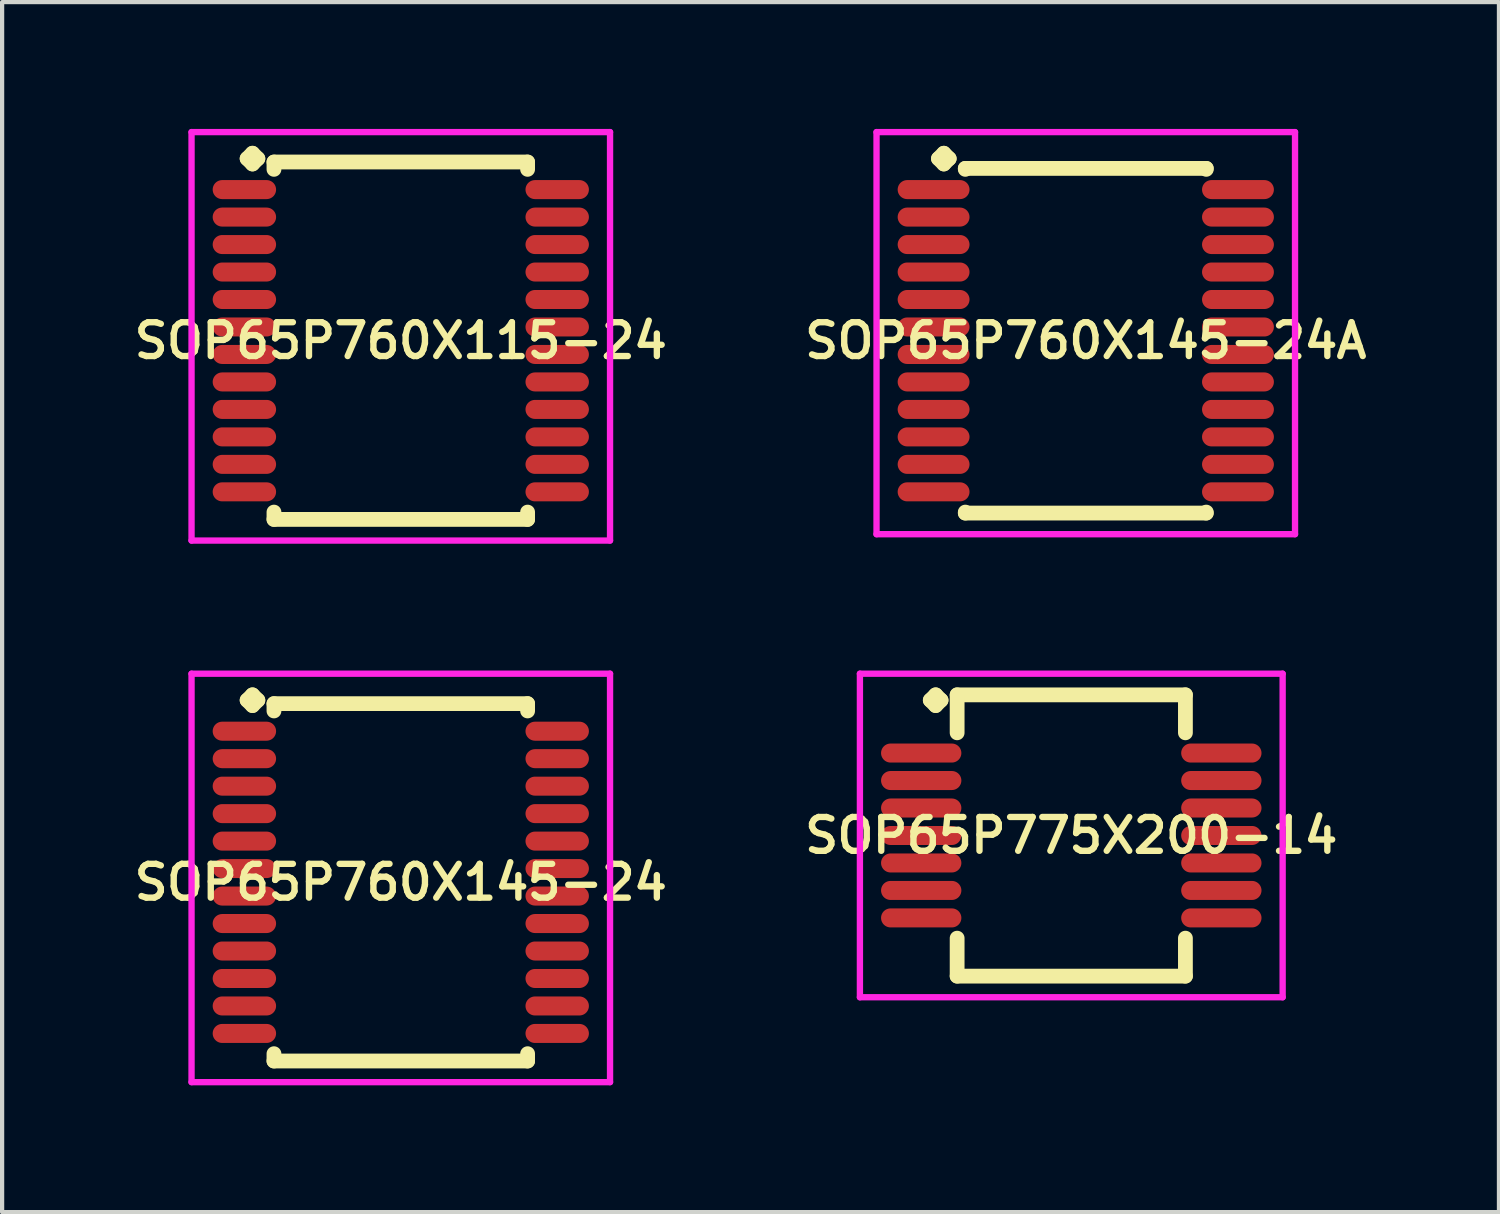
<source format=kicad_pcb>
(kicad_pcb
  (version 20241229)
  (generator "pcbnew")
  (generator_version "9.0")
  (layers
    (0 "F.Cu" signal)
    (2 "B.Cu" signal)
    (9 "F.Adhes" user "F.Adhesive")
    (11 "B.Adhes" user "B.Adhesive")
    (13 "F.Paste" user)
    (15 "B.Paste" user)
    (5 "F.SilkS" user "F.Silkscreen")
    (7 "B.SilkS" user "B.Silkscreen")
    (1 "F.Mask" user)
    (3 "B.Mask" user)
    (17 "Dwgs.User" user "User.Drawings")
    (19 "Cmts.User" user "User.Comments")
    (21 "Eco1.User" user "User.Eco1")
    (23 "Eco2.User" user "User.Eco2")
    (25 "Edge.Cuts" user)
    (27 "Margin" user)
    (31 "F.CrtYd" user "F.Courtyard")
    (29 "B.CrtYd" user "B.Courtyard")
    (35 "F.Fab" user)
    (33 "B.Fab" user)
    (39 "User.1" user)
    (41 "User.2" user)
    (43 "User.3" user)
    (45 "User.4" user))
  (footprint "SOP65P775X200-14"
    (layer "F.Cu")
    (at 22.292 16.714)
    (property "Reference" "SOP65P775X200-14" (at 0 0 0) (layer "F.SilkS") (effects (font (size 0.8 0.8) (thickness 0.15))))
    (attr smd)
    (fp_line (start -3.335 -3.2) (end -3.208 -3.327) (stroke (width 0.35) (type solid)) (layer "F.SilkS"))
    (fp_line (start -3.208 -3.327) (end -3.081 -3.2) (stroke (width 0.35) (type solid)) (layer "F.SilkS"))
    (fp_line (start -3.208 -3.073) (end -3.335 -3.2) (stroke (width 0.35) (type solid)) (layer "F.SilkS"))
    (fp_line (start -3.081 -3.2) (end -3.208 -3.073) (stroke (width 0.35) (type solid)) (layer "F.SilkS"))
    (fp_line (start -2.7 -3.327) (end 2.7 -3.327) (stroke (width 0.35) (type solid)) (layer "F.SilkS"))
    (fp_line (start -2.7 -2.429) (end -2.7 -3.327) (stroke (width 0.35) (type solid)) (layer "F.SilkS"))
    (fp_line (start -2.7 2.429) (end -2.7 3.327) (stroke (width 0.35) (type solid)) (layer "F.SilkS"))
    (fp_line (start -2.7 3.327) (end 2.7 3.327) (stroke (width 0.35) (type solid)) (layer "F.SilkS"))
    (fp_line (start 2.7 -3.327) (end 2.7 -2.429) (stroke (width 0.35) (type solid)) (layer "F.SilkS"))
    (fp_line (start 2.7 3.327) (end 2.7 2.429) (stroke (width 0.35) (type solid)) (layer "F.SilkS"))
    (fp_line (start -5 -3.827) (end 5 -3.827) (stroke (width 0.15) (type solid)) (layer "F.CrtYd"))
    (fp_line (start -5 3.827) (end -5 -3.827) (stroke (width 0.15) (type solid)) (layer "F.CrtYd"))
    (fp_line (start 5 -3.827) (end 5 3.827) (stroke (width 0.15) (type solid)) (layer "F.CrtYd"))
    (fp_line (start 5 3.827) (end -5 3.827) (stroke (width 0.15) (type solid)) (layer "F.CrtYd"))
    (pad "1" smd oval (at -3.55 -1.95) (size 1.9 0.45) (layers "F.Cu" "F.Mask" "F.Paste"))
    (pad "2" smd oval (at -3.55 -1.3) (size 1.9 0.45) (layers "F.Cu" "F.Mask" "F.Paste"))
    (pad "3" smd oval (at -3.55 -0.65) (size 1.9 0.45) (layers "F.Cu" "F.Mask" "F.Paste"))
    (pad "4" smd oval (at -3.55 0) (size 1.9 0.45) (layers "F.Cu" "F.Mask" "F.Paste"))
    (pad "5" smd oval (at -3.55 0.65) (size 1.9 0.45) (layers "F.Cu" "F.Mask" "F.Paste"))
    (pad "6" smd oval (at -3.55 1.3) (size 1.9 0.45) (layers "F.Cu" "F.Mask" "F.Paste"))
    (pad "7" smd oval (at -3.55 1.95) (size 1.9 0.45) (layers "F.Cu" "F.Mask" "F.Paste"))
    (pad "8" smd oval (at 3.55 1.95) (size 1.9 0.45) (layers "F.Cu" "F.Mask" "F.Paste"))
    (pad "9" smd oval (at 3.55 1.3) (size 1.9 0.45) (layers "F.Cu" "F.Mask" "F.Paste"))
    (pad "10" smd oval (at 3.55 0.65) (size 1.9 0.45) (layers "F.Cu" "F.Mask" "F.Paste"))
    (pad "11" smd oval (at 3.55 0) (size 1.9 0.45) (layers "F.Cu" "F.Mask" "F.Paste"))
    (pad "12" smd oval (at 3.55 -0.65) (size 1.9 0.45) (layers "F.Cu" "F.Mask" "F.Paste"))
    (pad "13" smd oval (at 3.55 -1.3) (size 1.9 0.45) (layers "F.Cu" "F.Mask" "F.Paste"))
    (pad "14" smd oval (at 3.55 -1.95) (size 1.9 0.45) (layers "F.Cu" "F.Mask" "F.Paste")))
  (footprint "SOP65P760X145-24"
    (layer "F.Cu")
    (at 6.431 17.822)
    (property "Reference" "SOP65P760X145-24" (at 0 0 0) (layer "F.SilkS") (effects (font (size 0.8 0.8) (thickness 0.15))))
    (attr smd)
    (fp_line (start -3.635 -4.308) (end -3.508 -4.435) (stroke (width 0.35) (type solid)) (layer "F.SilkS"))
    (fp_line (start -3.508 -4.435) (end -3.381 -4.308) (stroke (width 0.35) (type solid)) (layer "F.SilkS"))
    (fp_line (start -3.508 -4.181) (end -3.635 -4.308) (stroke (width 0.35) (type solid)) (layer "F.SilkS"))
    (fp_line (start -3.381 -4.308) (end -3.508 -4.181) (stroke (width 0.35) (type solid)) (layer "F.SilkS"))
    (fp_line (start -3 -4.227) (end 3 -4.227) (stroke (width 0.35) (type solid)) (layer "F.SilkS"))
    (fp_line (start -3 -4.054) (end -3 -4.227) (stroke (width 0.35) (type solid)) (layer "F.SilkS"))
    (fp_line (start -3 4.054) (end -3 4.227) (stroke (width 0.35) (type solid)) (layer "F.SilkS"))
    (fp_line (start -3 4.227) (end 3 4.227) (stroke (width 0.35) (type solid)) (layer "F.SilkS"))
    (fp_line (start 3 -4.227) (end 3 -4.054) (stroke (width 0.35) (type solid)) (layer "F.SilkS"))
    (fp_line (start 3 4.227) (end 3 4.054) (stroke (width 0.35) (type solid)) (layer "F.SilkS"))
    (fp_line (start -4.95 -4.935) (end 4.95 -4.935) (stroke (width 0.15) (type solid)) (layer "F.CrtYd"))
    (fp_line (start -4.95 4.727) (end -4.95 -4.935) (stroke (width 0.15) (type solid)) (layer "F.CrtYd"))
    (fp_line (start 4.95 -4.935) (end 4.95 4.727) (stroke (width 0.15) (type solid)) (layer "F.CrtYd"))
    (fp_line (start 4.95 4.727) (end -4.95 4.727) (stroke (width 0.15) (type solid)) (layer "F.CrtYd"))
    (pad "1" smd oval (at -3.7 -3.575) (size 1.5 0.45) (layers "F.Cu" "F.Mask" "F.Paste"))
    (pad "2" smd oval (at -3.7 -2.925) (size 1.5 0.45) (layers "F.Cu" "F.Mask" "F.Paste"))
    (pad "3" smd oval (at -3.7 -2.275) (size 1.5 0.45) (layers "F.Cu" "F.Mask" "F.Paste"))
    (pad "4" smd oval (at -3.7 -1.625) (size 1.5 0.45) (layers "F.Cu" "F.Mask" "F.Paste"))
    (pad "5" smd oval (at -3.7 -0.975) (size 1.5 0.45) (layers "F.Cu" "F.Mask" "F.Paste"))
    (pad "6" smd oval (at -3.7 -0.325) (size 1.5 0.45) (layers "F.Cu" "F.Mask" "F.Paste"))
    (pad "7" smd oval (at -3.7 0.325) (size 1.5 0.45) (layers "F.Cu" "F.Mask" "F.Paste"))
    (pad "8" smd oval (at -3.7 0.975) (size 1.5 0.45) (layers "F.Cu" "F.Mask" "F.Paste"))
    (pad "9" smd oval (at -3.7 1.625) (size 1.5 0.45) (layers "F.Cu" "F.Mask" "F.Paste"))
    (pad "10" smd oval (at -3.7 2.275) (size 1.5 0.45) (layers "F.Cu" "F.Mask" "F.Paste"))
    (pad "11" smd oval (at -3.7 2.925) (size 1.5 0.45) (layers "F.Cu" "F.Mask" "F.Paste"))
    (pad "12" smd oval (at -3.7 3.575) (size 1.5 0.45) (layers "F.Cu" "F.Mask" "F.Paste"))
    (pad "13" smd oval (at 3.7 3.575) (size 1.5 0.45) (layers "F.Cu" "F.Mask" "F.Paste"))
    (pad "14" smd oval (at 3.7 2.925) (size 1.5 0.45) (layers "F.Cu" "F.Mask" "F.Paste"))
    (pad "15" smd oval (at 3.7 2.275) (size 1.5 0.45) (layers "F.Cu" "F.Mask" "F.Paste"))
    (pad "16" smd oval (at 3.7 1.625) (size 1.5 0.45) (layers "F.Cu" "F.Mask" "F.Paste"))
    (pad "17" smd oval (at 3.7 0.975) (size 1.5 0.45) (layers "F.Cu" "F.Mask" "F.Paste"))
    (pad "18" smd oval (at 3.7 0.325) (size 1.5 0.45) (layers "F.Cu" "F.Mask" "F.Paste"))
    (pad "19" smd oval (at 3.7 -0.325) (size 1.5 0.45) (layers "F.Cu" "F.Mask" "F.Paste"))
    (pad "20" smd oval (at 3.7 -0.975) (size 1.5 0.45) (layers "F.Cu" "F.Mask" "F.Paste"))
    (pad "21" smd oval (at 3.7 -1.625) (size 1.5 0.45) (layers "F.Cu" "F.Mask" "F.Paste"))
    (pad "22" smd oval (at 3.7 -2.275) (size 1.5 0.45) (layers "F.Cu" "F.Mask" "F.Paste"))
    (pad "23" smd oval (at 3.7 -2.925) (size 1.5 0.45) (layers "F.Cu" "F.Mask" "F.Paste"))
    (pad "24" smd oval (at 3.7 -3.575) (size 1.5 0.45) (layers "F.Cu" "F.Mask" "F.Paste")))
  (footprint "SOP65P760X145-24A"
    (layer "F.Cu")
    (at 22.635 5.01)
    (property "Reference" "SOP65P760X145-24A" (at 0 0 0) (layer "F.SilkS") (effects (font (size 0.8 0.8) (thickness 0.15))))
    (attr smd)
    (fp_line (start -3.485 -4.308) (end -3.358 -4.435) (stroke (width 0.35) (type solid)) (layer "F.SilkS"))
    (fp_line (start -3.358 -4.435) (end -3.231 -4.308) (stroke (width 0.35) (type solid)) (layer "F.SilkS"))
    (fp_line (start -3.358 -4.181) (end -3.485 -4.308) (stroke (width 0.35) (type solid)) (layer "F.SilkS"))
    (fp_line (start -3.231 -4.308) (end -3.358 -4.181) (stroke (width 0.35) (type solid)) (layer "F.SilkS"))
    (fp_line (start -2.85 -4.077) (end 2.85 -4.077) (stroke (width 0.35) (type solid)) (layer "F.SilkS"))
    (fp_line (start -2.85 -4.054) (end -2.85 -4.077) (stroke (width 0.35) (type solid)) (layer "F.SilkS"))
    (fp_line (start -2.85 4.054) (end -2.85 4.077) (stroke (width 0.35) (type solid)) (layer "F.SilkS"))
    (fp_line (start -2.85 4.077) (end 2.85 4.077) (stroke (width 0.35) (type solid)) (layer "F.SilkS"))
    (fp_line (start 2.85 -4.077) (end 2.85 -4.054) (stroke (width 0.35) (type solid)) (layer "F.SilkS"))
    (fp_line (start 2.85 4.077) (end 2.85 4.054) (stroke (width 0.35) (type solid)) (layer "F.SilkS"))
    (fp_line (start -4.95 -4.935) (end 4.95 -4.935) (stroke (width 0.15) (type solid)) (layer "F.CrtYd"))
    (fp_line (start -4.95 4.577) (end -4.95 -4.935) (stroke (width 0.15) (type solid)) (layer "F.CrtYd"))
    (fp_line (start 4.95 -4.935) (end 4.95 4.577) (stroke (width 0.15) (type solid)) (layer "F.CrtYd"))
    (fp_line (start 4.95 4.577) (end -4.95 4.577) (stroke (width 0.15) (type solid)) (layer "F.CrtYd"))
    (pad "1" smd oval (at -3.6 -3.575) (size 1.7 0.45) (layers "F.Cu" "F.Mask" "F.Paste"))
    (pad "2" smd oval (at -3.6 -2.925) (size 1.7 0.45) (layers "F.Cu" "F.Mask" "F.Paste"))
    (pad "3" smd oval (at -3.6 -2.275) (size 1.7 0.45) (layers "F.Cu" "F.Mask" "F.Paste"))
    (pad "4" smd oval (at -3.6 -1.625) (size 1.7 0.45) (layers "F.Cu" "F.Mask" "F.Paste"))
    (pad "5" smd oval (at -3.6 -0.975) (size 1.7 0.45) (layers "F.Cu" "F.Mask" "F.Paste"))
    (pad "6" smd oval (at -3.6 -0.325) (size 1.7 0.45) (layers "F.Cu" "F.Mask" "F.Paste"))
    (pad "7" smd oval (at -3.6 0.325) (size 1.7 0.45) (layers "F.Cu" "F.Mask" "F.Paste"))
    (pad "8" smd oval (at -3.6 0.975) (size 1.7 0.45) (layers "F.Cu" "F.Mask" "F.Paste"))
    (pad "9" smd oval (at -3.6 1.625) (size 1.7 0.45) (layers "F.Cu" "F.Mask" "F.Paste"))
    (pad "10" smd oval (at -3.6 2.275) (size 1.7 0.45) (layers "F.Cu" "F.Mask" "F.Paste"))
    (pad "11" smd oval (at -3.6 2.925) (size 1.7 0.45) (layers "F.Cu" "F.Mask" "F.Paste"))
    (pad "12" smd oval (at -3.6 3.575) (size 1.7 0.45) (layers "F.Cu" "F.Mask" "F.Paste"))
    (pad "13" smd oval (at 3.6 3.575) (size 1.7 0.45) (layers "F.Cu" "F.Mask" "F.Paste"))
    (pad "14" smd oval (at 3.6 2.925) (size 1.7 0.45) (layers "F.Cu" "F.Mask" "F.Paste"))
    (pad "15" smd oval (at 3.6 2.275) (size 1.7 0.45) (layers "F.Cu" "F.Mask" "F.Paste"))
    (pad "16" smd oval (at 3.6 1.625) (size 1.7 0.45) (layers "F.Cu" "F.Mask" "F.Paste"))
    (pad "17" smd oval (at 3.6 0.975) (size 1.7 0.45) (layers "F.Cu" "F.Mask" "F.Paste"))
    (pad "18" smd oval (at 3.6 0.325) (size 1.7 0.45) (layers "F.Cu" "F.Mask" "F.Paste"))
    (pad "19" smd oval (at 3.6 -0.325) (size 1.7 0.45) (layers "F.Cu" "F.Mask" "F.Paste"))
    (pad "20" smd oval (at 3.6 -0.975) (size 1.7 0.45) (layers "F.Cu" "F.Mask" "F.Paste"))
    (pad "21" smd oval (at 3.6 -1.625) (size 1.7 0.45) (layers "F.Cu" "F.Mask" "F.Paste"))
    (pad "22" smd oval (at 3.6 -2.275) (size 1.7 0.45) (layers "F.Cu" "F.Mask" "F.Paste"))
    (pad "23" smd oval (at 3.6 -2.925) (size 1.7 0.45) (layers "F.Cu" "F.Mask" "F.Paste"))
    (pad "24" smd oval (at 3.6 -3.575) (size 1.7 0.45) (layers "F.Cu" "F.Mask" "F.Paste")))
  (footprint "SOP65P760X115-24"
    (layer "F.Cu")
    (at 6.431 5.01)
    (property "Reference" "SOP65P760X115-24" (at 0 0 0) (layer "F.SilkS") (effects (font (size 0.8 0.8) (thickness 0.15))))
    (attr smd)
    (fp_line (start -3.635 -4.308) (end -3.508 -4.435) (stroke (width 0.35) (type solid)) (layer "F.SilkS"))
    (fp_line (start -3.508 -4.435) (end -3.381 -4.308) (stroke (width 0.35) (type solid)) (layer "F.SilkS"))
    (fp_line (start -3.508 -4.181) (end -3.635 -4.308) (stroke (width 0.35) (type solid)) (layer "F.SilkS"))
    (fp_line (start -3.381 -4.308) (end -3.508 -4.181) (stroke (width 0.35) (type solid)) (layer "F.SilkS"))
    (fp_line (start -3 -4.227) (end 3 -4.227) (stroke (width 0.35) (type solid)) (layer "F.SilkS"))
    (fp_line (start -3 -4.054) (end -3 -4.227) (stroke (width 0.35) (type solid)) (layer "F.SilkS"))
    (fp_line (start -3 4.054) (end -3 4.227) (stroke (width 0.35) (type solid)) (layer "F.SilkS"))
    (fp_line (start -3 4.227) (end 3 4.227) (stroke (width 0.35) (type solid)) (layer "F.SilkS"))
    (fp_line (start 3 -4.227) (end 3 -4.054) (stroke (width 0.35) (type solid)) (layer "F.SilkS"))
    (fp_line (start 3 4.227) (end 3 4.054) (stroke (width 0.35) (type solid)) (layer "F.SilkS"))
    (fp_line (start -4.95 -4.935) (end 4.95 -4.935) (stroke (width 0.15) (type solid)) (layer "F.CrtYd"))
    (fp_line (start -4.95 4.727) (end -4.95 -4.935) (stroke (width 0.15) (type solid)) (layer "F.CrtYd"))
    (fp_line (start 4.95 -4.935) (end 4.95 4.727) (stroke (width 0.15) (type solid)) (layer "F.CrtYd"))
    (fp_line (start 4.95 4.727) (end -4.95 4.727) (stroke (width 0.15) (type solid)) (layer "F.CrtYd"))
    (pad "1" smd oval (at -3.7 -3.575) (size 1.5 0.45) (layers "F.Cu" "F.Mask" "F.Paste"))
    (pad "2" smd oval (at -3.7 -2.925) (size 1.5 0.45) (layers "F.Cu" "F.Mask" "F.Paste"))
    (pad "3" smd oval (at -3.7 -2.275) (size 1.5 0.45) (layers "F.Cu" "F.Mask" "F.Paste"))
    (pad "4" smd oval (at -3.7 -1.625) (size 1.5 0.45) (layers "F.Cu" "F.Mask" "F.Paste"))
    (pad "5" smd oval (at -3.7 -0.975) (size 1.5 0.45) (layers "F.Cu" "F.Mask" "F.Paste"))
    (pad "6" smd oval (at -3.7 -0.325) (size 1.5 0.45) (layers "F.Cu" "F.Mask" "F.Paste"))
    (pad "7" smd oval (at -3.7 0.325) (size 1.5 0.45) (layers "F.Cu" "F.Mask" "F.Paste"))
    (pad "8" smd oval (at -3.7 0.975) (size 1.5 0.45) (layers "F.Cu" "F.Mask" "F.Paste"))
    (pad "9" smd oval (at -3.7 1.625) (size 1.5 0.45) (layers "F.Cu" "F.Mask" "F.Paste"))
    (pad "10" smd oval (at -3.7 2.275) (size 1.5 0.45) (layers "F.Cu" "F.Mask" "F.Paste"))
    (pad "11" smd oval (at -3.7 2.925) (size 1.5 0.45) (layers "F.Cu" "F.Mask" "F.Paste"))
    (pad "12" smd oval (at -3.7 3.575) (size 1.5 0.45) (layers "F.Cu" "F.Mask" "F.Paste"))
    (pad "13" smd oval (at 3.7 3.575) (size 1.5 0.45) (layers "F.Cu" "F.Mask" "F.Paste"))
    (pad "14" smd oval (at 3.7 2.925) (size 1.5 0.45) (layers "F.Cu" "F.Mask" "F.Paste"))
    (pad "15" smd oval (at 3.7 2.275) (size 1.5 0.45) (layers "F.Cu" "F.Mask" "F.Paste"))
    (pad "16" smd oval (at 3.7 1.625) (size 1.5 0.45) (layers "F.Cu" "F.Mask" "F.Paste"))
    (pad "17" smd oval (at 3.7 0.975) (size 1.5 0.45) (layers "F.Cu" "F.Mask" "F.Paste"))
    (pad "18" smd oval (at 3.7 0.325) (size 1.5 0.45) (layers "F.Cu" "F.Mask" "F.Paste"))
    (pad "19" smd oval (at 3.7 -0.325) (size 1.5 0.45) (layers "F.Cu" "F.Mask" "F.Paste"))
    (pad "20" smd oval (at 3.7 -0.975) (size 1.5 0.45) (layers "F.Cu" "F.Mask" "F.Paste"))
    (pad "21" smd oval (at 3.7 -1.625) (size 1.5 0.45) (layers "F.Cu" "F.Mask" "F.Paste"))
    (pad "22" smd oval (at 3.7 -2.275) (size 1.5 0.45) (layers "F.Cu" "F.Mask" "F.Paste"))
    (pad "23" smd oval (at 3.7 -2.925) (size 1.5 0.45) (layers "F.Cu" "F.Mask" "F.Paste"))
    (pad "24" smd oval (at 3.7 -3.575) (size 1.5 0.45) (layers "F.Cu" "F.Mask" "F.Paste")))
  (gr_rect
    (start -3 -3)
    (end 32.409 25.624)
    (stroke (width 0.1) (type default))
    (fill no)
    (layer "Edge.Cuts")))
</source>
